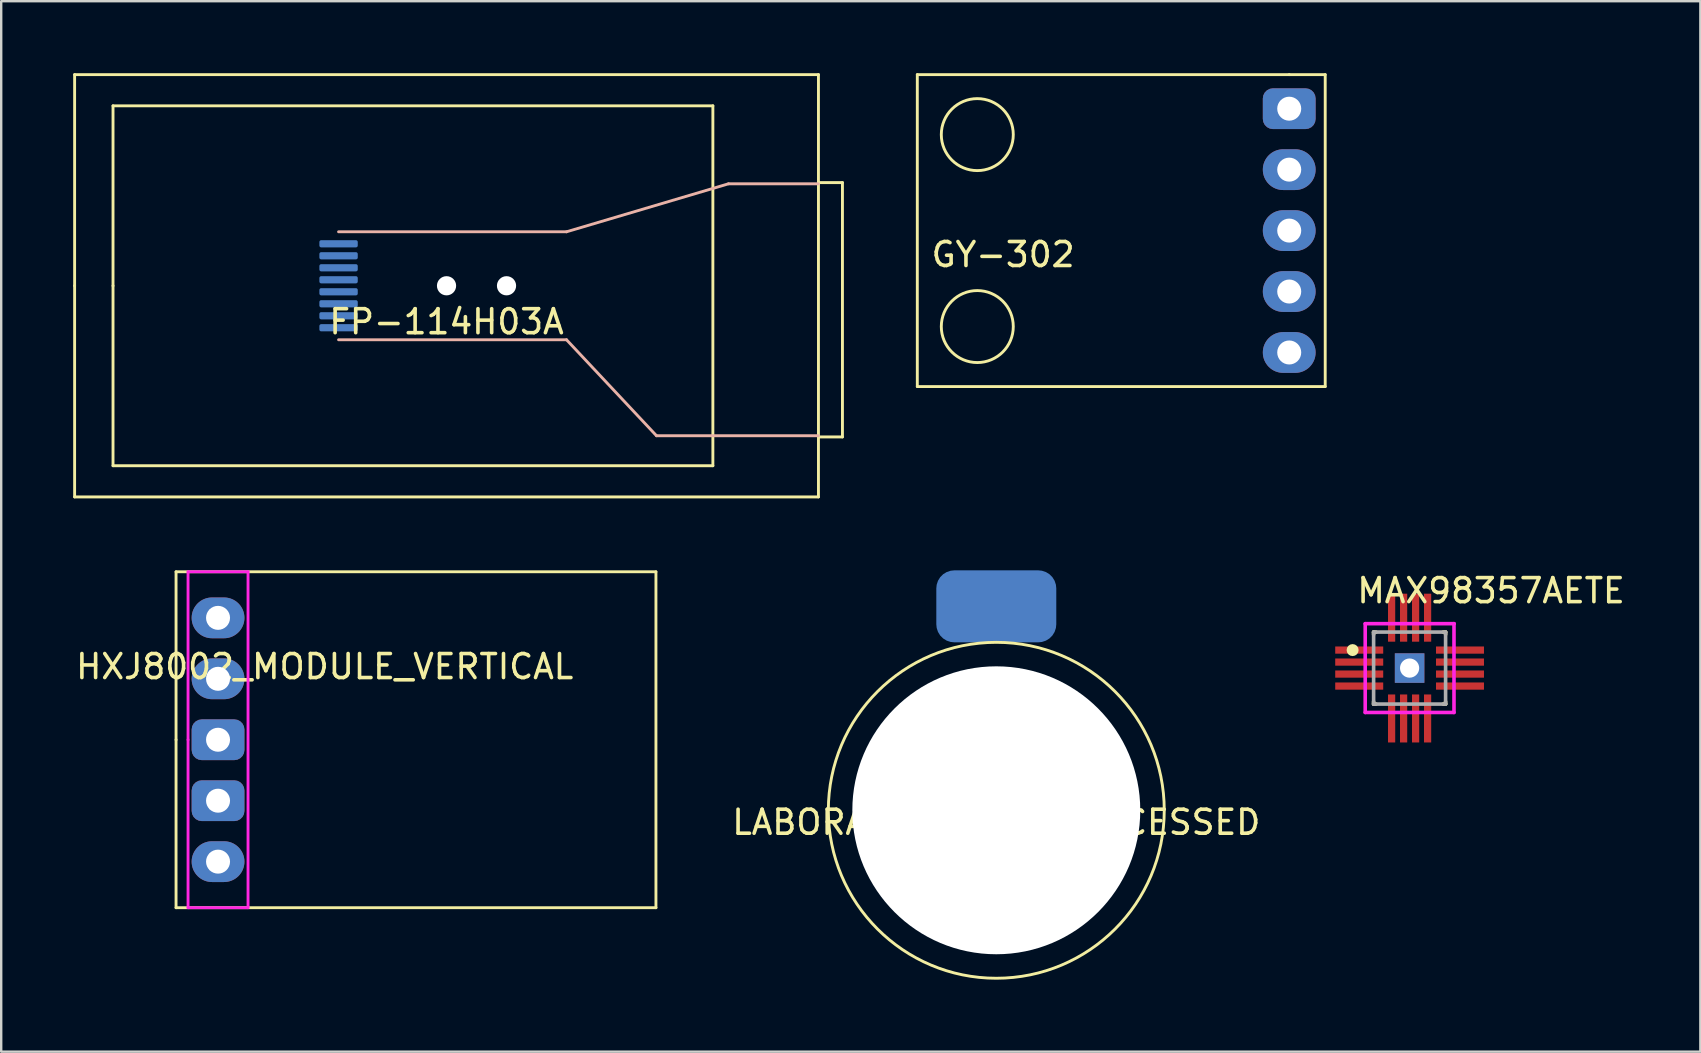
<source format=kicad_pcb>
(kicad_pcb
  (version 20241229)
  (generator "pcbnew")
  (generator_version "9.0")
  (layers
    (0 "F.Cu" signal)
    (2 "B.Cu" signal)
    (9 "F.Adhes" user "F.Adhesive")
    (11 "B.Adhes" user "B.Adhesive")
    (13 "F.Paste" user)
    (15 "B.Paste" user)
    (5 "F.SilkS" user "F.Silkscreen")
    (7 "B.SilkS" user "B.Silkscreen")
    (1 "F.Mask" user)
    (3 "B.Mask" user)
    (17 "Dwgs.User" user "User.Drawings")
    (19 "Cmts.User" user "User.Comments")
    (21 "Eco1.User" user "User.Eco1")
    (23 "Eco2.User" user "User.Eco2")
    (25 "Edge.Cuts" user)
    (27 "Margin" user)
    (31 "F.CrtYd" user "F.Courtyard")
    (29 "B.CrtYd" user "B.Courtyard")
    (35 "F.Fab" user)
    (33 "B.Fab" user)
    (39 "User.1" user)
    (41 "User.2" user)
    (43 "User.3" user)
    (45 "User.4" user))
  (footprint "HXJ8002_MODULE_VERTICAL"
    (layer "F.Cu")
    (at 6.037 27.78)
    (property "Reference" "HXJ8002_MODULE_VERTICAL" (at 4.445 -3.048 0) (layer "F.SilkS") (effects (font (size 1 1) (thickness 0.15))))
    (attr through_hole)
    (fp_line (start -1.75 -7) (end 18.25 -7) (stroke (width 0.12) (type solid)) (layer "F.SilkS"))
    (fp_line (start -1.75 0) (end -1.75 -7) (stroke (width 0.12) (type solid)) (layer "F.SilkS"))
    (fp_line (start -1.75 7) (end -1.75 0) (stroke (width 0.12) (type solid)) (layer "F.SilkS"))
    (fp_line (start 18.25 -7) (end 18.25 7) (stroke (width 0.12) (type solid)) (layer "F.SilkS"))
    (fp_line (start 18.25 7) (end -1.75 7) (stroke (width 0.12) (type solid)) (layer "F.SilkS"))
    (fp_line (start -1.25 -7) (end 1.25 -7) (stroke (width 0.12) (type solid)) (layer "F.CrtYd"))
    (fp_line (start -1.25 0) (end -1.25 -7) (stroke (width 0.12) (type solid)) (layer "F.CrtYd"))
    (fp_line (start -1.25 7) (end -1.25 0) (stroke (width 0.12) (type solid)) (layer "F.CrtYd"))
    (fp_line (start 1.25 -7) (end 1.25 7) (stroke (width 0.12) (type solid)) (layer "F.CrtYd"))
    (fp_line (start 1.25 7) (end -1.25 7) (stroke (width 0.12) (type solid)) (layer "F.CrtYd"))
    (fp_line (start -0.32 -5.4) (end -0.32 -4.76) (stroke (width 0.1) (type solid)) (layer "F.Fab"))
    (fp_line (start -0.32 -2.86) (end -0.32 -2.22) (stroke (width 0.1) (type solid)) (layer "F.Fab"))
    (fp_line (start -0.32 -0.32) (end -0.32 0.32) (stroke (width 0.1) (type solid)) (layer "F.Fab"))
    (fp_line (start -0.32 2.22) (end -0.32 2.86) (stroke (width 0.1) (type solid)) (layer "F.Fab"))
    (fp_line (start -0.32 4.76) (end -0.32 5.4) (stroke (width 0.1) (type solid)) (layer "F.Fab"))
    (pad "1" thru_hole oval (at 0 -5.08) (size 2.2 1.7) (drill 1) (layers "*.Cu" "*.Mask"))
    (pad "2" thru_hole oval (at 0 -2.54) (size 2.2 1.7) (drill 1) (layers "*.Cu" "*.Mask"))
    (pad "3" thru_hole roundrect (at 0 0) (size 2.2 1.7) (drill 1) (layers "*.Cu" "*.Mask") (roundrect_rratio 0.25))
    (pad "4" thru_hole roundrect (at 0 2.54) (size 2.2 1.7) (drill 1) (layers "*.Cu" "*.Mask") (roundrect_rratio 0.25))
    (pad "5" thru_hole oval (at 0 5.08) (size 2.2 1.7) (drill 1) (layers "*.Cu" "*.Mask")))
  (footprint "LABORATORY_JACK_RECESSED"
    (layer "F.Cu")
    (at 38.472 30.72)
    (property "Reference" "LABORATORY_JACK_RECESSED" (at 0 0.5 0) (layer "F.SilkS") (effects (font (size 1 1) (thickness 0.15))))
    (attr through_hole)
    (fp_circle (center 0 0) (end 0 -7) (stroke (width 0.12) (type solid)) (fill no) (layer "F.SilkS"))
    (pad "" np_thru_hole circle (at 0 0) (size 12 12) (drill 12) (layers "*.Cu" "*.Mask"))
    (pad "1" smd roundrect (at 0 -8.5) (size 5 3) (layers "B.Cu" "B.Mask" "B.Paste") (roundrect_rratio 0.25)))
  (footprint "GY-302"
    (layer "F.Cu")
    (at 50.68 6.56)
    (property "Reference" "GY-302" (at -15 1 0) (layer "F.SilkS") (effects (font (size 1 1) (thickness 0.15)) (justify left)))
    (attr through_hole)
    (fp_line (start -15.5 -6.5) (end 0 -6.5) (stroke (width 0.12) (type solid)) (layer "F.SilkS"))
    (fp_line (start -15.5 6.5) (end -15.5 -6.5) (stroke (width 0.12) (type solid)) (layer "F.SilkS"))
    (fp_line (start 0 -6.5) (end 1.5 -6.5) (stroke (width 0.12) (type solid)) (layer "F.SilkS"))
    (fp_line (start 1.5 -6.5) (end 1.5 6.5) (stroke (width 0.12) (type solid)) (layer "F.SilkS"))
    (fp_line (start 1.5 6.5) (end -15.5 6.5) (stroke (width 0.12) (type solid)) (layer "F.SilkS"))
    (fp_circle (center -13 -4) (end -13 -5.5) (stroke (width 0.12) (type solid)) (fill no) (layer "F.SilkS"))
    (fp_circle (center -13 4) (end -13 5.5) (stroke (width 0.12) (type solid)) (fill no) (layer "F.SilkS"))
    (pad "1" thru_hole roundrect (at 0 -5.08) (size 2.2 1.7) (drill 1) (layers "*.Cu" "*.Mask") (roundrect_rratio 0.25))
    (pad "2" thru_hole oval (at 0 -2.54) (size 2.2 1.7) (drill 1) (layers "*.Cu" "*.Mask"))
    (pad "3" thru_hole oval (at 0 0) (size 2.2 1.7) (drill 1) (layers "*.Cu" "*.Mask"))
    (pad "4" thru_hole oval (at 0 2.54) (size 2.2 1.7) (drill 1) (layers "*.Cu" "*.Mask"))
    (pad "5" thru_hole oval (at 0 5.08) (size 2.2 1.7) (drill 1) (layers "*.Cu" "*.Mask")))
  (footprint "FP-114H03A"
    (layer "F.Cu")
    (at 15.56 8.86)
    (property "Reference" "FP-114H03A" (at 0 1.5 0) (layer "F.SilkS") (effects (font (size 1 1) (thickness 0.15))))
    (attr through_hole)
    (fp_line (start -15.5 -8.8) (end 15.5 -8.8) (stroke (width 0.12) (type solid)) (layer "F.SilkS"))
    (fp_line (start -15.5 0) (end -15.5 -8.8) (stroke (width 0.12) (type solid)) (layer "F.SilkS"))
    (fp_line (start -15.5 8.8) (end -15.5 0) (stroke (width 0.12) (type solid)) (layer "F.SilkS"))
    (fp_line (start -13.9 -7.5) (end 11.1 -7.5) (stroke (width 0.12) (type solid)) (layer "F.SilkS"))
    (fp_line (start -13.9 0) (end -13.9 -7.5) (stroke (width 0.12) (type solid)) (layer "F.SilkS"))
    (fp_line (start -13.9 7.5) (end -13.9 0) (stroke (width 0.12) (type solid)) (layer "F.SilkS"))
    (fp_line (start 11.1 -7.5) (end 11.1 7.5) (stroke (width 0.12) (type solid)) (layer "F.SilkS"))
    (fp_line (start 11.1 7.5) (end -13.9 7.5) (stroke (width 0.12) (type solid)) (layer "F.SilkS"))
    (fp_line (start 15.5 -8.8) (end 15.5 8.8) (stroke (width 0.12) (type solid)) (layer "F.SilkS"))
    (fp_line (start 15.5 6.3) (end 16.5 6.3) (stroke (width 0.12) (type solid)) (layer "F.SilkS"))
    (fp_line (start 15.5 8.8) (end -15.5 8.8) (stroke (width 0.12) (type solid)) (layer "F.SilkS"))
    (fp_line (start 16.5 -4.3) (end 15.5 -4.3) (stroke (width 0.12) (type solid)) (layer "F.SilkS"))
    (fp_line (start 16.5 6.3) (end 16.5 -4.3) (stroke (width 0.12) (type solid)) (layer "F.SilkS"))
    (fp_line (start -4.5 -2.25) (end 5 -2.25) (stroke (width 0.12) (type solid)) (layer "B.SilkS"))
    (fp_line (start -4.5 2.25) (end 5 2.25) (stroke (width 0.12) (type solid)) (layer "B.SilkS"))
    (fp_line (start 5 -2.25) (end 11.75 -4.25) (stroke (width 0.12) (type solid)) (layer "B.SilkS"))
    (fp_line (start 5 2.25) (end 8.75 6.25) (stroke (width 0.12) (type solid)) (layer "B.SilkS"))
    (fp_line (start 8.75 6.25) (end 15.5 6.25) (stroke (width 0.12) (type solid)) (layer "B.SilkS"))
    (fp_line (start 11.75 -4.25) (end 15.5 -4.25) (stroke (width 0.12) (type solid)) (layer "B.SilkS"))
    (pad "" np_thru_hole circle (at 0 0) (size 0.8 0.8) (drill 0.8) (layers "*.Cu" "*.Mask"))
    (pad "" np_thru_hole circle (at 2.5 0) (size 0.8 0.8) (drill 0.8) (layers "*.Cu" "*.Mask"))
    (pad "1" smd roundrect (at -4.5 1.75) (size 1.6 0.3) (layers "B.Cu" "B.Mask" "B.Paste") (roundrect_rratio 0.25))
    (pad "2" smd roundrect (at -4.5 1.25) (size 1.6 0.3) (layers "B.Cu" "B.Mask" "B.Paste") (roundrect_rratio 0.25))
    (pad "3" smd roundrect (at -4.5 0.75) (size 1.6 0.3) (layers "B.Cu" "B.Mask" "B.Paste") (roundrect_rratio 0.25))
    (pad "4" smd roundrect (at -4.5 0.25) (size 1.6 0.3) (layers "B.Cu" "B.Mask" "B.Paste") (roundrect_rratio 0.25))
    (pad "5" smd roundrect (at -4.5 -0.25) (size 1.6 0.3) (layers "B.Cu" "B.Mask" "B.Paste") (roundrect_rratio 0.25))
    (pad "6" smd roundrect (at -4.5 -0.75) (size 1.6 0.3) (layers "B.Cu" "B.Mask" "B.Paste") (roundrect_rratio 0.25))
    (pad "7" smd roundrect (at -4.5 -1.25) (size 1.6 0.3) (layers "B.Cu" "B.Mask" "B.Paste") (roundrect_rratio 0.25))
    (pad "8" smd roundrect (at -4.5 -1.75) (size 1.6 0.3) (layers "B.Cu" "B.Mask" "B.Paste") (roundrect_rratio 0.25)))
  (footprint "MAX98357AETE"
    (layer "F.Cu")
    (at 55.697 24.793)
    (property "Reference" "MAX98357AETE" (at -2.275 -3.225 0) (layer "F.SilkS") (effects (font (size 1 1) (thickness 0.15)) (justify left)))
    (attr through_hole)
    (fp_line (start -1.5 -1.5) (end -1.4 -1.5) (stroke (width 0.15) (type solid)) (layer "F.SilkS"))
    (fp_line (start -1.5 -1.4) (end -1.5 -1.5) (stroke (width 0.15) (type solid)) (layer "F.SilkS"))
    (fp_line (start -1.5 1.5) (end -1.5 1.4) (stroke (width 0.15) (type solid)) (layer "F.SilkS"))
    (fp_line (start -1.5 1.5) (end -1.4 1.5) (stroke (width 0.15) (type solid)) (layer "F.SilkS"))
    (fp_line (start 1.4 -1.5) (end 1.5 -1.5) (stroke (width 0.15) (type solid)) (layer "F.SilkS"))
    (fp_line (start 1.4 1.5) (end 1.5 1.5) (stroke (width 0.15) (type solid)) (layer "F.SilkS"))
    (fp_line (start 1.5 -1.4) (end 1.5 -1.5) (stroke (width 0.15) (type solid)) (layer "F.SilkS"))
    (fp_line (start 1.5 1.5) (end 1.5 1.4) (stroke (width 0.15) (type solid)) (layer "F.SilkS"))
    (fp_circle (center -2.375 -0.75) (end -2.25 -0.75) (stroke (width 0.25) (type solid)) (fill no) (layer "F.SilkS"))
    (fp_line (start -1.85 -1.85) (end -1.85 1.85) (stroke (width 0.15) (type solid)) (layer "F.CrtYd"))
    (fp_line (start -1.85 1.85) (end 1.85 1.85) (stroke (width 0.15) (type solid)) (layer "F.CrtYd"))
    (fp_line (start 1.85 -1.85) (end -1.85 -1.85) (stroke (width 0.15) (type solid)) (layer "F.CrtYd"))
    (fp_line (start 1.85 -1.85) (end 1.85 -1.85) (stroke (width 0.15) (type solid)) (layer "F.CrtYd"))
    (fp_line (start 1.85 1.85) (end 1.85 -1.85) (stroke (width 0.15) (type solid)) (layer "F.CrtYd"))
    (fp_line (start -1.5 -1.5) (end 1.5 -1.5) (stroke (width 0.15) (type solid)) (layer "F.Fab"))
    (fp_line (start -1.5 1.5) (end -1.5 -1.5) (stroke (width 0.15) (type solid)) (layer "F.Fab"))
    (fp_line (start 1.5 -1.5) (end 1.5 1.5) (stroke (width 0.15) (type solid)) (layer "F.Fab"))
    (fp_line (start 1.5 1.5) (end -1.5 1.5) (stroke (width 0.15) (type solid)) (layer "F.Fab"))
    (pad "1" smd rect (at -2.1 -0.75) (size 2 0.3) (layers "F.Cu" "F.Mask" "F.Paste"))
    (pad "2" smd rect (at -2.1 -0.25) (size 2 0.3) (layers "F.Cu" "F.Mask" "F.Paste"))
    (pad "3" smd rect (at -2.1 0.25) (size 2 0.3) (layers "F.Cu" "F.Mask" "F.Paste"))
    (pad "4" smd rect (at -2.1 0.75) (size 2 0.3) (layers "F.Cu" "F.Mask" "F.Paste"))
    (pad "5" smd rect (at -0.75 2.1) (size 0.3 2) (layers "F.Cu" "F.Mask" "F.Paste"))
    (pad "6" smd rect (at -0.25 2.1) (size 0.3 2) (layers "F.Cu" "F.Mask" "F.Paste"))
    (pad "7" smd rect (at 0.25 2.1) (size 0.3 2) (layers "F.Cu" "F.Mask" "F.Paste"))
    (pad "8" smd rect (at 0.75 2.1) (size 0.3 2) (layers "F.Cu" "F.Mask" "F.Paste"))
    (pad "9" smd rect (at 2.1 0.75) (size 2 0.3) (layers "F.Cu" "F.Mask" "F.Paste"))
    (pad "10" smd rect (at 2.1 0.25) (size 2 0.3) (layers "F.Cu" "F.Mask" "F.Paste"))
    (pad "11" smd rect (at 2.1 -0.25) (size 2 0.3) (layers "F.Cu" "F.Mask" "F.Paste"))
    (pad "12" smd rect (at 2.1 -0.75) (size 2 0.3) (layers "F.Cu" "F.Mask" "F.Paste"))
    (pad "13" smd rect (at 0.75 -2.1) (size 0.3 2) (layers "F.Cu" "F.Mask" "F.Paste"))
    (pad "14" smd rect (at 0.25 -2.1) (size 0.3 2) (layers "F.Cu" "F.Mask" "F.Paste"))
    (pad "15" smd rect (at -0.25 -2.1) (size 0.3 2) (layers "F.Cu" "F.Mask" "F.Paste"))
    (pad "16" smd rect (at -0.75 -2.1) (size 0.3 2) (layers "F.Cu" "F.Mask" "F.Paste"))
    (pad "17" thru_hole rect (at 0 0) (size 1.23 1.23) (drill 0.8) (layers "*.Cu" "*.Mask")))
  (gr_rect
    (start -3 -3)
    (end 67.815 40.78)
    (stroke (width 0.1) (type default))
    (fill no)
    (layer "Edge.Cuts")))
</source>
